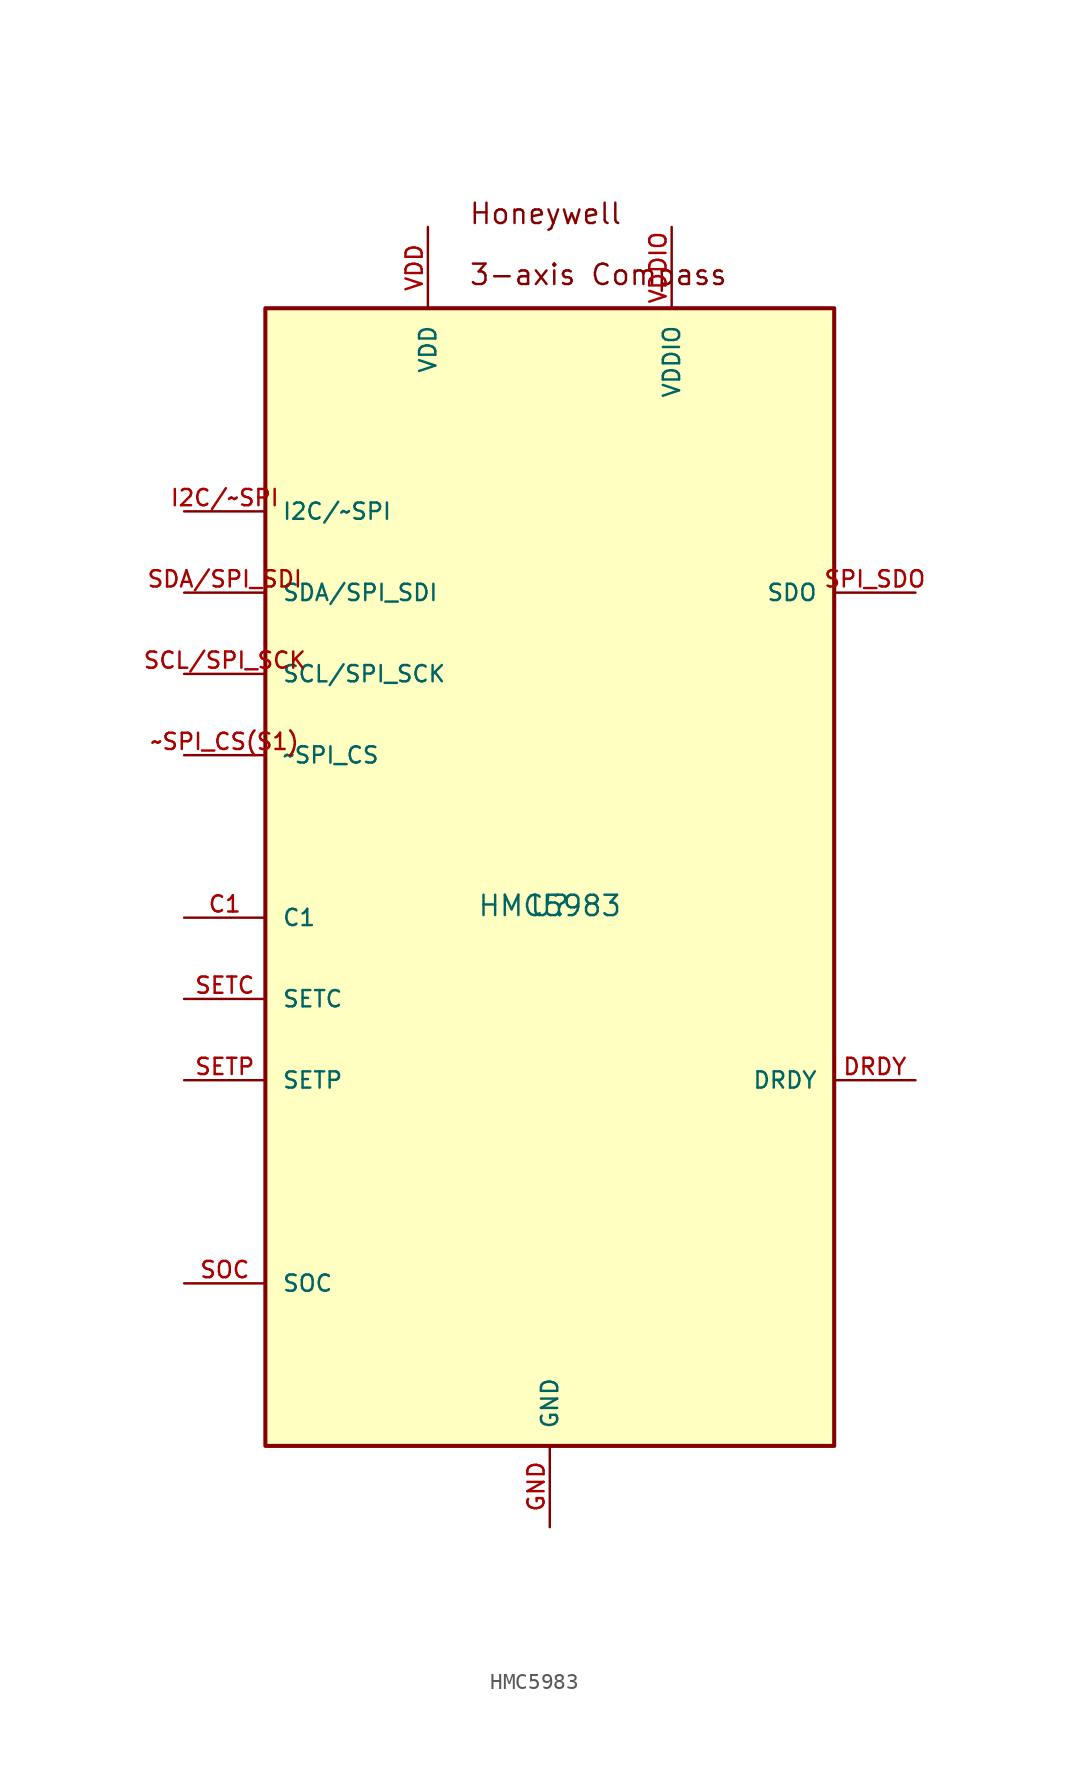
<source format=kicad_sym>
(kicad_symbol_lib
  (version 20211014)
  (generator kicad_symbol_editor)
  (symbol "HMC5983"
    (pin_names
      (offset 1.016))
    (property "Reference" "U"
      (at 0 0 0)
      (effects (font (size 1.27 1.27)) (justify bottom)))
    (property "Value" "HMC5983"
      (at 0 0.0 0)
      (effects (font (size 1.27 1.27)) (justify bottom)))
    (symbol "HMC5983_0_0"
      (text "Honeywell" (at -5.09 43.264 0) (effects (font (size 1.272 1.272)) (justify bottom left)))
      (text "3-axis Compass" (at -5.09 39.451 0) (effects (font (size 1.272 1.272)) (justify bottom left)))
      (rectangle (start -17.78 -33.02) (end 17.78 38.1) (stroke (width 0.254)) (fill (type background)))
      (pin bidirectional line (at 7.62 43.18 270.0) (length 5.08) (name "VDDIO" (effects (font (size 1.016 1.016)))) (number "VDDIO" (effects (font (size 1.016 1.016)))))
      (pin bidirectional line (at -22.86 25.4 0) (length 5.08) (name "I2C/~SPI" (effects (font (size 1.016 1.016)))) (number "I2C/~SPI" (effects (font (size 1.016 1.016)))))
      (pin bidirectional line (at 0.0 -38.1 90.0) (length 5.08) (name "GND" (effects (font (size 1.016 1.016)))) (number "GND" (effects (font (size 1.016 1.016)))))
      (pin bidirectional line (at -22.86 20.32 0) (length 5.08) (name "SDA/SPI_SDI" (effects (font (size 1.016 1.016)))) (number "SDA/SPI_SDI" (effects (font (size 1.016 1.016)))))
      (pin bidirectional line (at 22.86 20.32 180.0) (length 5.08) (name "SDO" (effects (font (size 1.016 1.016)))) (number "SPI_SDO" (effects (font (size 1.016 1.016)))))
      (pin bidirectional line (at -22.86 15.24 0) (length 5.08) (name "SCL/SPI_SCK" (effects (font (size 1.016 1.016)))) (number "SCL/SPI_SCK" (effects (font (size 1.016 1.016)))))
      (pin bidirectional line (at -22.86 10.16 0) (length 5.08) (name "~SPI_CS" (effects (font (size 1.016 1.016)))) (number "~SPI_CS(S1)" (effects (font (size 1.016 1.016)))))
      (pin bidirectional line (at -22.86 -10.16 0) (length 5.08) (name "SETP" (effects (font (size 1.016 1.016)))) (number "SETP" (effects (font (size 1.016 1.016)))))
      (pin bidirectional line (at -7.62 43.18 270.0) (length 5.08) (name "VDD" (effects (font (size 1.016 1.016)))) (number "VDD" (effects (font (size 1.016 1.016)))))
      (pin bidirectional line (at 22.86 -10.16 180.0) (length 5.08) (name "DRDY" (effects (font (size 1.016 1.016)))) (number "DRDY" (effects (font (size 1.016 1.016)))))
      (pin bidirectional line (at -22.86 -5.08 0) (length 5.08) (name "SETC" (effects (font (size 1.016 1.016)))) (number "SETC" (effects (font (size 1.016 1.016)))))
      (pin bidirectional line (at -22.86 0.0 0) (length 5.08) (name "C1" (effects (font (size 1.016 1.016)))) (number "C1" (effects (font (size 1.016 1.016)))))
      (pin bidirectional line (at -22.86 -22.86 0) (length 5.08) (name "SOC" (effects (font (size 1.016 1.016)))) (number "SOC" (effects (font (size 1.016 1.016))))))))
</source>
